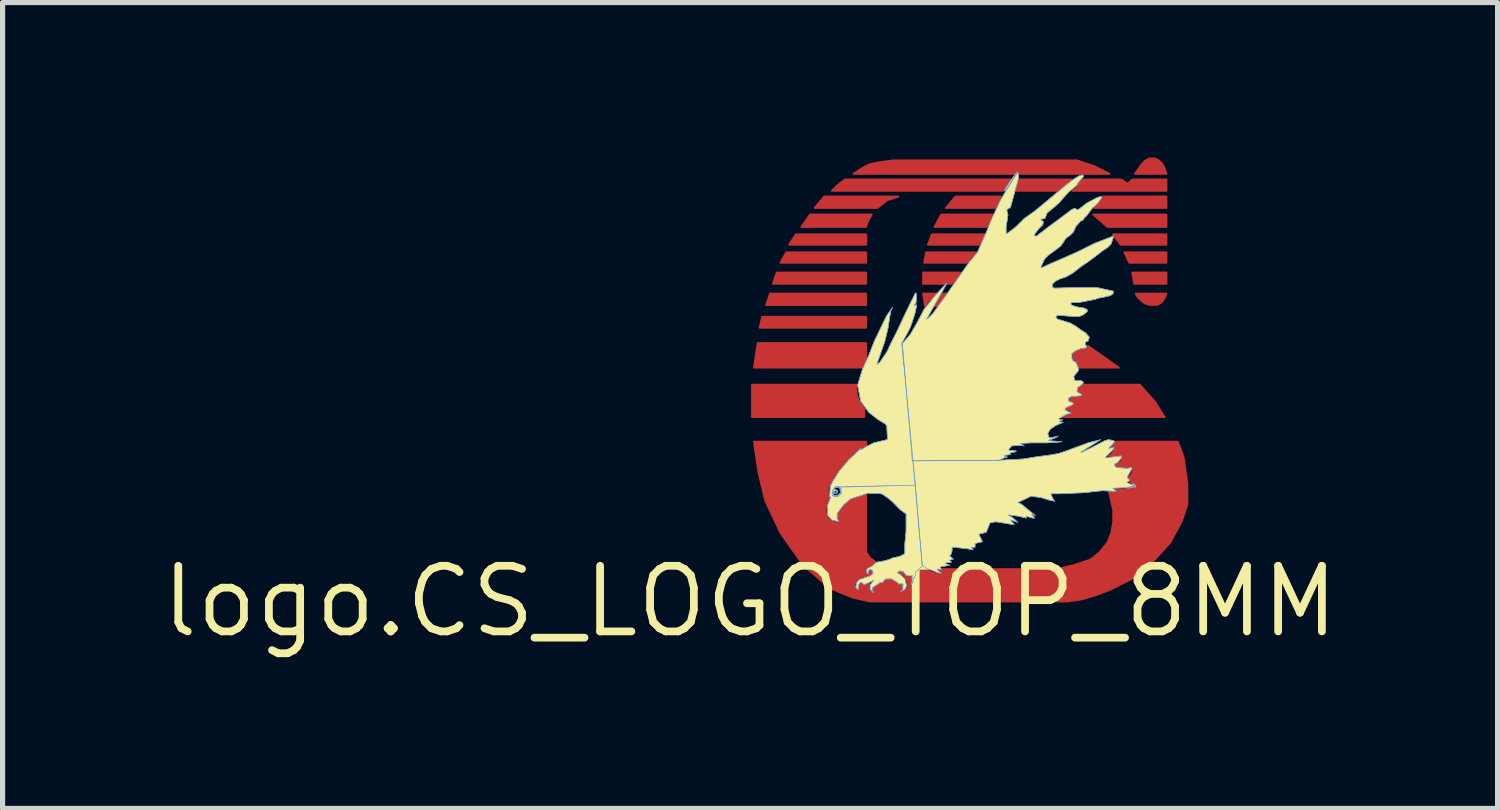
<source format=kicad_pcb>
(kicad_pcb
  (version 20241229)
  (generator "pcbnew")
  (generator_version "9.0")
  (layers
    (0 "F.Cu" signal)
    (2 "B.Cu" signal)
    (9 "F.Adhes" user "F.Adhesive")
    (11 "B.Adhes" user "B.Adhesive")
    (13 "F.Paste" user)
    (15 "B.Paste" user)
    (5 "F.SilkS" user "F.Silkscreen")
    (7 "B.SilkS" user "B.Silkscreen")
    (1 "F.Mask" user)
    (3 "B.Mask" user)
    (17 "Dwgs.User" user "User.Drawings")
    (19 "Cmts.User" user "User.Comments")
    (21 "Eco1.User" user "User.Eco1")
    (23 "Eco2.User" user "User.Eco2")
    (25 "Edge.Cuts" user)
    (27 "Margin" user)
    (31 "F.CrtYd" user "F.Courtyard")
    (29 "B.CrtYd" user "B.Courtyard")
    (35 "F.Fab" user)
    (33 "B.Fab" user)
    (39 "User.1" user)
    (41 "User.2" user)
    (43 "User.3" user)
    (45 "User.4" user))
  (footprint "logo.CS_LOGO_TOP_8MM"
    (layer "F.Cu")
    (at 11.468 8.591)
    (property "Reference" "logo.CS_LOGO_TOP_8MM" (at 0 0 0) (layer "F.SilkS") (effects (font (size 1.27 1.27) (thickness 0.15))))
    (fp_poly (pts (xy 0.234 -5.51) (xy 2.244 -5.51) (xy 2.244 -5.298) (xy 0.184 -5.298)) (stroke (width 0.036) (type default)) (fill yes) (layer "F.Cu"))
    (fp_poly (pts (xy 0.385 -5.958) (xy 2.244 -5.958) (xy 2.244 -5.737) (xy 0.311 -5.737)) (stroke (width 0.036) (type default)) (fill yes) (layer "F.Cu"))
    (fp_poly (pts (xy 0.515 -6.366) (xy 2.244 -6.366) (xy 2.244 -6.148) (xy 0.442 -6.148)) (stroke (width 0.036) (type default)) (fill yes) (layer "F.Cu"))
    (fp_poly (pts (xy 0.699 -6.757) (xy 2.244 -6.757) (xy 2.244 -6.556) (xy 0.589 -6.556)) (stroke (width 0.036) (type default)) (fill yes) (layer "F.Cu"))
    (fp_poly (pts (xy 0.883 -7.105) (xy 2.244 -7.105) (xy 2.244 -6.904) (xy 0.756 -6.904)) (stroke (width 0.036) (type default)) (fill yes) (layer "F.Cu"))
    (fp_poly (pts (xy 3.622 -5.717) (xy 3.565 -5.717) (xy 3.728 -5.958) (xy 3.806 -5.958)) (stroke (width 0.036) (type default)) (fill yes) (layer "F.Cu"))
    (fp_poly (pts (xy 7.172 -6.904) (xy 7.025 -7.105) (xy 8.058 -7.105) (xy 8.058 -6.904)) (stroke (width 0.036) (type default)) (fill yes) (layer "F.Cu"))
    (fp_poly (pts (xy 7.339 -6.556) (xy 7.245 -6.757) (xy 8.058 -6.757) (xy 8.058 -6.556)) (stroke (width 0.036) (type default)) (fill yes) (layer "F.Cu"))
    (fp_poly (pts (xy 7.433 -6.148) (xy 7.396 -6.366) (xy 8.058 -6.366) (xy 8.058 -6.148)) (stroke (width 0.036) (type default)) (fill yes) (layer "F.Cu"))
    (fp_poly (pts (xy 8.058 -7.249) (xy 6.917 -7.249) (xy 6.64 -7.489) (xy 8.058 -7.489)) (stroke (width 0.036) (type default)) (fill yes) (layer "F.Cu"))
    (fp_poly (pts (xy 0.147 -5.001) (xy 2.244 -5.001) (xy 2.244 -4.707) (xy 2.162 -4.526) (xy 0.074 -4.526)) (stroke (width 0.036) (type default)) (fill yes) (layer "F.Cu"))
    (fp_poly (pts (xy 1.161 -7.489) (xy 2.355 -7.489) (xy 2.281 -7.359) (xy 2.244 -7.249) (xy 0.993 -7.249)) (stroke (width 0.036) (type default)) (fill yes) (layer "F.Cu"))
    (fp_poly (pts (xy 1.435 -7.837) (xy 2.87 -7.837) (xy 2.649 -7.764) (xy 2.465 -7.617) (xy 1.251 -7.617)) (stroke (width 0.036) (type default)) (fill yes) (layer "F.Cu"))
    (fp_poly (pts (xy 3.516 -7.105) (xy 4.542 -7.105) (xy 4.513 -7.036) (xy 4.474 -6.942) (xy 4.461 -6.904) (xy 3.442 -6.904)) (stroke (width 0.036) (type default)) (fill yes) (layer "F.Cu"))
    (fp_poly (pts (xy 4.829 -7.791) (xy 4.825 -7.781) (xy 4.82 -7.773) (xy 4.82 -7.772) (xy 4.749 -7.617) (xy 3.79 -7.617) (xy 3.974 -7.837) (xy 4.851 -7.837) (xy 4.829 -7.791)) (stroke (width 0.036) (type default)) (fill yes) (layer "F.Cu"))
    (fp_poly (pts (xy 7.58 -8.463) (xy 7.653 -8.536) (xy 7.727 -8.573) (xy 7.837 -8.573) (xy 7.911 -8.536) (xy 7.984 -8.463) (xy 8.021 -8.389) (xy 8.058 -8.276) (xy 7.449 -8.276)) (stroke (width 0.036) (type default)) (fill yes) (layer "F.Cu"))
    (fp_poly (pts (xy 8.021 -5.867) (xy 8.02 -5.87) (xy 7.984 -5.814) (xy 7.94 -5.77) (xy 7.874 -5.74) (xy 7.727 -5.74) (xy 7.64 -5.77) (xy 7.58 -5.814) (xy 7.506 -5.887) (xy 7.469 -5.941) (xy 7.469 -5.958) (xy 8.058 -5.958)) (stroke (width 0.036) (type default)) (fill yes) (layer "F.Cu"))
    (fp_poly (pts (xy 3.405 -6.757) (xy 4.377 -6.757) (xy 4.278 -6.654) (xy 4.277 -6.654) (xy 4.272 -6.647) (xy 4.266 -6.64) (xy 4.266 -6.639) (xy 4.22 -6.579) (xy 4.219 -6.579) (xy 4.214 -6.571) (xy 4.208 -6.564) (xy 4.208 -6.563) (xy 4.187 -6.556) (xy 3.368 -6.556)) (stroke (width 0.036) (type default)) (fill yes) (layer "F.Cu"))
    (fp_poly (pts (xy 3.55 -5.92) (xy 3.543 -5.913) (xy 3.536 -5.905) (xy 3.536 -5.905) (xy 3.477 -5.845) (xy 3.476 -5.845) (xy 3.47 -5.838) (xy 3.464 -5.831) (xy 3.464 -5.83) (xy 3.422 -5.777) (xy 3.385 -5.717) (xy 3.348 -5.958) (xy 3.606 -5.958) (xy 3.55 -5.92)) (stroke (width 0.036) (type default)) (fill yes) (layer "F.Cu"))
    (fp_poly (pts (xy 3.7 -7.489) (xy 4.701 -7.489) (xy 4.624 -7.345) (xy 4.624 -7.345) (xy 4.62 -7.336) (xy 4.616 -7.327) (xy 4.616 -7.327) (xy 4.589 -7.267) (xy 4.588 -7.267) (xy 4.585 -7.258) (xy 4.582 -7.25) (xy 4.582 -7.249) (xy 4.582 -7.249) (xy 3.569 -7.249)) (stroke (width 0.036) (type default)) (fill yes) (layer "F.Cu"))
    (fp_poly (pts (xy 1.693 -8.058) (xy 1.84 -8.168) (xy 5.039 -8.168) (xy 5.03 -8.157) (xy 5.029 -8.157) (xy 5.024 -8.15) (xy 5.019 -8.143) (xy 5.019 -8.141) (xy 4.92 -7.979) (xy 4.918 -7.978) (xy 4.914 -7.97) (xy 4.91 -7.963) (xy 4.91 -7.961) (xy 4.904 -7.948) (xy 1.582 -7.948)) (stroke (width 0.036) (type default)) (fill yes) (layer "F.Cu"))
    (fp_poly (pts (xy 6.079 -8.061) (xy 6.079 -8.061) (xy 6.071 -8.056) (xy 6.063 -8.05) (xy 6.063 -8.049) (xy 5.965 -7.976) (xy 5.964 -7.976) (xy 5.957 -7.97) (xy 5.95 -7.964) (xy 5.95 -7.963) (xy 5.933 -7.948) (xy 5.154 -7.948) (xy 5.214 -8.168) (xy 6.216 -8.168) (xy 6.156 -8.118)) (stroke (width 0.036) (type default)) (fill yes) (layer "F.Cu"))
    (fp_poly (pts (xy 2.171 -8.389) (xy 2.318 -8.463) (xy 2.502 -8.5) (xy 2.76 -8.536) (xy 6.329 -8.536) (xy 6.66 -8.426) (xy 6.957 -8.276) (xy 5.223 -8.276) (xy 5.201 -8.317) (xy 5.198 -8.322) (xy 5.197 -8.322) (xy 5.196 -8.324) (xy 5.191 -8.325) (xy 5.187 -8.328) (xy 5.184 -8.327) (xy 5.182 -8.329) (xy 5.177 -8.328) (xy 5.173 -8.329) (xy 5.17 -8.327) (xy 5.167 -8.328) (xy 5.164 -8.325) (xy 5.159 -8.324) (xy 5.159 -8.323) (xy 5.158 -8.323) (xy 5.154 -8.318) (xy 5.131 -8.276) (xy 2.001 -8.276)) (stroke (width 0.036) (type default)) (fill yes) (layer "F.Cu"))
    (fp_poly (pts (xy 7.172 -8.168) (xy 7.209 -8.152) (xy 7.285 -8.095) (xy 7.322 -8.095) (xy 7.396 -8.168) (xy 8.058 -8.168) (xy 8.058 -7.948) (xy 6.242 -7.948) (xy 6.251 -7.952) (xy 6.253 -7.951) (xy 6.26 -7.956) (xy 6.267 -7.959) (xy 6.268 -7.961) (xy 6.282 -7.972) (xy 6.285 -7.972) (xy 6.29 -7.978) (xy 6.296 -7.982) (xy 6.297 -7.985) (xy 6.309 -7.998) (xy 6.312 -7.998) (xy 6.316 -8.005) (xy 6.321 -8.011) (xy 6.321 -8.013) (xy 6.329 -8.027) (xy 6.33 -8.027) (xy 6.335 -8.035) (xy 6.34 -8.043) (xy 6.34 -8.044) (xy 6.356 -8.072) (xy 6.381 -8.104) (xy 6.437 -8.168)) (stroke (width 0.036) (type default)) (fill yes) (layer "F.Cu"))
    (fp_poly (pts (xy 3.348 -6.366) (xy 4.069 -6.366) (xy 3.991 -6.254) (xy 3.991 -6.254) (xy 3.985 -6.245) (xy 3.979 -6.238) (xy 3.979 -6.238) (xy 3.909 -6.148) (xy 3.828 -6.148) (xy 3.816 -6.148) (xy 3.825 -6.158) (xy 3.825 -6.162) (xy 3.817 -6.151) (xy 3.825 -6.151) (xy 3.826 -6.152) (xy 3.825 -6.161) (xy 3.825 -6.17) (xy 3.824 -6.171) (xy 3.824 -6.172) (xy 3.817 -6.178) (xy 3.811 -6.184) (xy 3.81 -6.184) (xy 3.809 -6.185) (xy 3.8 -6.184) (xy 3.791 -6.184) (xy 3.79 -6.184) (xy 3.788 -6.183) (xy 3.783 -6.176) (xy 3.776 -6.17) (xy 3.776 -6.169) (xy 3.765 -6.148) (xy 3.348 -6.148)) (stroke (width 0.036) (type default)) (fill yes) (layer "F.Cu"))
    (fp_poly (pts (xy 2.052 -4.115) (xy 2.053 -4.106) (xy 2.053 -4.098) (xy 2.054 -4.097) (xy 2.061 -4.032) (xy 2.06 -4.03) (xy 2.063 -4.022) (xy 2.063 -4.014) (xy 2.065 -4.013) (xy 2.082 -3.95) (xy 2.082 -3.948) (xy 2.085 -3.941) (xy 2.087 -3.933) (xy 2.089 -3.932) (xy 2.116 -3.873) (xy 2.115 -3.871) (xy 2.12 -3.864) (xy 2.123 -3.856) (xy 2.125 -3.855) (xy 2.188 -3.756) (xy 2.188 -3.755) (xy 2.193 -3.748) (xy 2.198 -3.741) (xy 2.199 -3.74) (xy 2.208 -3.73) (xy 2.208 -3.569) (xy 0.037 -3.569) (xy 0.037 -4.195) (xy 2.057 -4.195) (xy 2.057 -4.191) (xy 2.055 -4.183) (xy 2.056 -4.181) (xy 2.054 -4.116)) (stroke (width 0.036) (type default)) (fill yes) (layer "F.Cu"))
    (fp_poly (pts (xy 8.058 -7.617) (xy 6.663 -7.617) (xy 6.694 -7.647) (xy 6.742 -7.686) (xy 6.743 -7.686) (xy 6.75 -7.692) (xy 6.758 -7.698) (xy 6.758 -7.699) (xy 6.764 -7.705) (xy 6.767 -7.705) (xy 6.772 -7.711) (xy 6.778 -7.716) (xy 6.778 -7.718) (xy 6.785 -7.726) (xy 6.787 -7.727) (xy 6.791 -7.734) (xy 6.797 -7.74) (xy 6.796 -7.742) (xy 6.802 -7.752) (xy 6.804 -7.752) (xy 6.807 -7.76) (xy 6.811 -7.767) (xy 6.811 -7.769) (xy 6.814 -7.778) (xy 6.815 -7.778) (xy 6.818 -7.787) (xy 6.821 -7.796) (xy 6.821 -7.796) (xy 6.827 -7.816) (xy 6.829 -7.817) (xy 6.83 -7.825) (xy 6.831 -7.826) (xy 6.833 -7.83) (xy 6.833 -7.832) (xy 6.833 -7.833) (xy 6.832 -7.835) (xy 6.832 -7.835) (xy 6.832 -7.837) (xy 8.058 -7.837)) (stroke (width 0.036) (type default)) (fill yes) (layer "F.Cu"))
    (fp_poly (pts (xy 6.363 -4.564) (xy 6.361 -4.572) (xy 6.36 -4.58) (xy 6.359 -4.581) (xy 6.358 -4.585) (xy 6.358 -4.587) (xy 6.355 -4.595) (xy 6.353 -4.602) (xy 6.351 -4.604) (xy 6.35 -4.607) (xy 6.35 -4.61) (xy 6.346 -4.616) (xy 6.343 -4.624) (xy 6.34 -4.625) (xy 6.338 -4.628) (xy 6.338 -4.631) (xy 6.333 -4.636) (xy 6.328 -4.643) (xy 6.326 -4.643) (xy 6.316 -4.654) (xy 6.315 -4.657) (xy 6.309 -4.661) (xy 6.303 -4.666) (xy 6.301 -4.666) (xy 6.288 -4.674) (xy 6.287 -4.677) (xy 6.28 -4.68) (xy 6.274 -4.684) (xy 6.271 -4.683) (xy 6.251 -4.691) (xy 6.25 -4.692) (xy 6.251 -4.693) (xy 6.255 -4.701) (xy 6.258 -4.702) (xy 6.26 -4.709) (xy 6.263 -4.715) (xy 6.262 -4.719) (xy 6.263 -4.721) (xy 6.266 -4.723) (xy 6.266 -4.73) (xy 6.267 -4.737) (xy 6.266 -4.74) (xy 6.266 -4.742) (xy 6.267 -4.745) (xy 6.266 -4.752) (xy 6.266 -4.759) (xy 6.263 -4.761) (xy 6.262 -4.764) (xy 6.263 -4.767) (xy 6.26 -4.773) (xy 6.258 -4.78) (xy 6.255 -4.782) (xy 6.251 -4.789) (xy 6.269 -4.808) (xy 6.294 -4.826) (xy 6.323 -4.839) (xy 6.418 -4.874) (xy 6.446 -4.883) (xy 6.474 -4.887) (xy 6.496 -4.886) (xy 6.497 -4.885) (xy 6.506 -4.885) (xy 6.506 -4.885) (xy 6.511 -4.883) (xy 6.514 -4.885) (xy 6.515 -4.885) (xy 6.516 -4.886) (xy 6.521 -4.886) (xy 6.522 -4.887) (xy 6.524 -4.887) (xy 6.528 -4.891) (xy 6.533 -4.893) (xy 6.533 -4.894) (xy 6.535 -4.895) (xy 6.537 -4.9) (xy 6.541 -4.904) (xy 6.541 -4.905) (xy 6.542 -4.906) (xy 6.542 -4.912) (xy 6.544 -4.917) (xy 6.544 -4.918) (xy 6.544 -4.918) (xy 6.543 -4.924) (xy 6.543 -4.93) (xy 6.54 -4.933) (xy 6.539 -4.938) (xy 6.54 -4.941) (xy 6.537 -4.947) (xy 7.138 -4.526) (xy 6.382 -4.526) (xy 6.382 -4.528) (xy 6.377 -4.532) (xy 6.374 -4.538) (xy 6.37 -4.539) (xy 6.367 -4.542) (xy 6.363 -4.546) (xy 6.363 -4.546) (xy 6.362 -4.547) (xy 6.362 -4.551) (xy 6.361 -4.562)) (stroke (width 0.036) (type default)) (fill yes) (layer "F.Cu"))
    (fp_poly (pts (xy 7.543 -4.195) (xy 7.837 -3.863) (xy 8.021 -3.569) (xy 6.054 -3.569) (xy 6.055 -3.57) (xy 6.09 -3.587) (xy 6.128 -3.599) (xy 6.221 -3.623) (xy 6.228 -3.623) (xy 6.23 -3.625) (xy 6.233 -3.626) (xy 6.237 -3.632) (xy 6.242 -3.637) (xy 6.242 -3.64) (xy 6.244 -3.643) (xy 6.242 -3.65) (xy 6.242 -3.657) (xy 6.239 -3.66) (xy 6.239 -3.663) (xy 6.233 -3.666) (xy 6.22 -3.679) (xy 6.219 -3.681) (xy 6.213 -3.686) (xy 6.208 -3.691) (xy 6.205 -3.691) (xy 6.194 -3.698) (xy 6.192 -3.7) (xy 6.185 -3.703) (xy 6.179 -3.707) (xy 6.176 -3.707) (xy 6.164 -3.711) (xy 6.162 -3.714) (xy 6.155 -3.715) (xy 6.148 -3.717) (xy 6.145 -3.716) (xy 6.125 -3.719) (xy 6.121 -3.72) (xy 6.137 -3.736) (xy 6.159 -3.751) (xy 6.183 -3.761) (xy 6.201 -3.765) (xy 6.201 -3.765) (xy 6.21 -3.767) (xy 6.22 -3.77) (xy 6.221 -3.77) (xy 6.222 -3.77) (xy 6.225 -3.769) (xy 6.232 -3.772) (xy 6.239 -3.774) (xy 6.24 -3.777) (xy 6.244 -3.779) (xy 6.247 -3.778) (xy 6.253 -3.783) (xy 6.26 -3.786) (xy 6.261 -3.789) (xy 6.264 -3.793) (xy 6.268 -3.793) (xy 6.272 -3.799) (xy 6.276 -3.802) (xy 6.277 -3.803) (xy 6.277 -3.803) (xy 6.277 -3.803) (xy 6.277 -3.803) (xy 6.279 -3.809) (xy 6.282 -3.814) (xy 6.282 -3.814) (xy 6.282 -3.815) (xy 6.282 -3.821) (xy 6.284 -3.827) (xy 6.284 -3.827) (xy 6.284 -3.828) (xy 6.282 -3.834) (xy 6.282 -3.84) (xy 6.282 -3.84) (xy 6.282 -3.841) (xy 6.279 -3.846) (xy 6.277 -3.852) (xy 6.277 -3.852) (xy 6.277 -3.852) (xy 6.277 -3.852) (xy 6.276 -3.852) (xy 6.272 -3.856) (xy 6.268 -3.862) (xy 6.267 -3.862) (xy 6.266 -3.862) (xy 6.26 -3.866) (xy 6.254 -3.87) (xy 6.254 -3.87) (xy 6.254 -3.871) (xy 6.247 -3.872) (xy 6.24 -3.876) (xy 6.237 -3.875) (xy 6.234 -3.875) (xy 6.225 -3.877) (xy 6.225 -3.877) (xy 6.215 -3.879) (xy 6.199 -3.886) (xy 6.184 -3.895) (xy 6.18 -3.899) (xy 6.178 -3.903) (xy 6.176 -3.908) (xy 6.176 -3.913) (xy 6.176 -3.918) (xy 6.179 -3.923) (xy 6.185 -3.932) (xy 6.194 -3.939) (xy 6.204 -3.945) (xy 6.215 -3.947) (xy 6.229 -3.947) (xy 6.256 -3.946) (xy 6.257 -3.945) (xy 6.266 -3.945) (xy 6.274 -3.945) (xy 6.275 -3.946) (xy 6.294 -3.947) (xy 6.294 -3.946) (xy 6.304 -3.947) (xy 6.313 -3.948) (xy 6.314 -3.948) (xy 6.406 -3.959) (xy 6.409 -3.957) (xy 6.414 -3.958) (xy 6.42 -3.958) (xy 6.421 -3.958) (xy 6.422 -3.958) (xy 6.427 -3.961) (xy 6.432 -3.963) (xy 6.433 -3.964) (xy 6.434 -3.964) (xy 6.437 -3.968) (xy 6.442 -3.971) (xy 6.442 -3.973) (xy 6.443 -3.973) (xy 6.444 -3.979) (xy 6.447 -3.983) (xy 6.447 -3.985) (xy 6.448 -3.986) (xy 6.447 -3.991) (xy 6.448 -3.996) (xy 6.448 -3.997) (xy 6.448 -3.997) (xy 6.445 -4.003) (xy 6.445 -4.009) (xy 6.443 -4.01) (xy 6.443 -4.011) (xy 6.439 -4.017) (xy 6.436 -4.023) (xy 6.436 -4.023) (xy 6.43 -4.028) (xy 6.425 -4.034) (xy 6.425 -4.034) (xy 6.419 -4.037) (xy 6.413 -4.041) (xy 6.41 -4.041) (xy 6.408 -4.042) (xy 6.399 -4.046) (xy 6.399 -4.046) (xy 6.384 -4.052) (xy 6.364 -4.064) (xy 6.354 -4.072) (xy 6.346 -4.081) (xy 6.343 -4.088) (xy 6.341 -4.095) (xy 6.342 -4.102) (xy 6.344 -4.109) (xy 6.347 -4.115) (xy 6.353 -4.121) (xy 6.415 -4.162) (xy 6.416 -4.162) (xy 6.424 -4.168) (xy 6.432 -4.173) (xy 6.432 -4.174) (xy 6.434 -4.174) (xy 6.44 -4.179) (xy 6.446 -4.184) (xy 6.447 -4.186) (xy 6.448 -4.187) (xy 6.45 -4.188) (xy 6.455 -4.194) (xy 6.455 -4.195)) (stroke (width 0.036) (type default)) (fill yes) (layer "F.Cu"))
    (fp_poly (pts (xy 8.279 -3.091) (xy 8.389 -2.796) (xy 8.463 -2.281) (xy 8.463 -1.877) (xy 8.352 -1.545) (xy 8.132 -1.141) (xy 7.764 -0.736) (xy 7.396 -0.442) (xy 6.954 -0.221) (xy 6.66 -0.11) (xy 6.402 -0.037) (xy 6.145 0) (xy 2.318 0) (xy 1.987 -0.074) (xy 1.545 -0.258) (xy 1.03 -0.699) (xy 0.589 -1.325) (xy 0.294 -1.95) (xy 0.164 -2.488) (xy 0.074 -3.091) (xy 2.244 -3.091) (xy 2.244 -3.023) (xy 2.237 -3.019) (xy 2.229 -3.014) (xy 2.229 -3.013) (xy 2.176 -2.985) (xy 2.175 -2.986) (xy 2.174 -2.987) (xy 2.171 -2.994) (xy 2.167 -2.995) (xy 2.165 -2.997) (xy 2.158 -2.998) (xy 2.151 -3) (xy 2.148 -2.998) (xy 2.145 -2.999) (xy 2.14 -2.994) (xy 2.133 -2.991) (xy 2.132 -2.987) (xy 2.014 -2.882) (xy 2.013 -2.882) (xy 2.007 -2.875) (xy 1.999 -2.869) (xy 1.999 -2.868) (xy 1.89 -2.757) (xy 1.889 -2.757) (xy 1.883 -2.75) (xy 1.876 -2.743) (xy 1.876 -2.742) (xy 1.707 -2.539) (xy 1.706 -2.539) (xy 1.701 -2.531) (xy 1.695 -2.525) (xy 1.695 -2.523) (xy 1.641 -2.444) (xy 1.64 -2.444) (xy 1.636 -2.436) (xy 1.63 -2.429) (xy 1.631 -2.427) (xy 1.584 -2.345) (xy 1.583 -2.344) (xy 1.579 -2.336) (xy 1.574 -2.328) (xy 1.574 -2.327) (xy 1.534 -2.247) (xy 1.533 -2.246) (xy 1.53 -2.238) (xy 1.526 -2.23) (xy 1.526 -2.229) (xy 1.519 -2.21) (xy 1.517 -2.209) (xy 1.515 -2.201) (xy 1.512 -2.193) (xy 1.513 -2.191) (xy 1.508 -2.171) (xy 1.507 -2.169) (xy 1.506 -2.161) (xy 1.504 -2.153) (xy 1.506 -2.151) (xy 1.504 -2.13) (xy 1.503 -2.129) (xy 1.504 -2.12) (xy 1.503 -2.112) (xy 1.504 -2.111) (xy 1.506 -2.089) (xy 1.505 -2.088) (xy 1.507 -2.08) (xy 1.508 -2.071) (xy 1.51 -2.07) (xy 1.514 -2.051) (xy 1.514 -2.05) (xy 1.517 -2.041) (xy 1.519 -2.032) (xy 1.52 -2.032) (xy 1.528 -2.008) (xy 1.528 -2.006) (xy 1.509 -1.969) (xy 1.507 -1.968) (xy 1.504 -1.96) (xy 1.5 -1.952) (xy 1.501 -1.951) (xy 1.487 -1.914) (xy 1.485 -1.914) (xy 1.483 -1.905) (xy 1.48 -1.897) (xy 1.481 -1.895) (xy 1.471 -1.858) (xy 1.469 -1.857) (xy 1.468 -1.848) (xy 1.466 -1.84) (xy 1.467 -1.838) (xy 1.463 -1.81) (xy 1.461 -1.808) (xy 1.461 -1.8) (xy 1.46 -1.791) (xy 1.461 -1.79) (xy 1.461 -1.761) (xy 1.46 -1.759) (xy 1.461 -1.751) (xy 1.461 -1.742) (xy 1.463 -1.741) (xy 1.467 -1.712) (xy 1.466 -1.71) (xy 1.468 -1.702) (xy 1.469 -1.694) (xy 1.471 -1.693) (xy 1.478 -1.664) (xy 1.478 -1.662) (xy 1.481 -1.655) (xy 1.483 -1.647) (xy 1.485 -1.646) (xy 1.491 -1.634) (xy 1.49 -1.631) (xy 1.495 -1.625) (xy 1.498 -1.618) (xy 1.5 -1.617) (xy 1.508 -1.606) (xy 1.508 -1.604) (xy 1.514 -1.598) (xy 1.518 -1.592) (xy 1.521 -1.591) (xy 1.53 -1.582) (xy 1.531 -1.58) (xy 1.537 -1.575) (xy 1.543 -1.57) (xy 1.545 -1.57) (xy 1.556 -1.563) (xy 1.557 -1.56) (xy 1.565 -1.557) (xy 1.571 -1.553) (xy 1.574 -1.553) (xy 1.59 -1.546) (xy 1.591 -1.544) (xy 1.599 -1.542) (xy 1.606 -1.539) (xy 1.608 -1.54) (xy 1.626 -1.536) (xy 1.627 -1.534) (xy 1.635 -1.533) (xy 1.643 -1.531) (xy 1.645 -1.533) (xy 1.661 -1.531) (xy 1.662 -1.53) (xy 1.671 -1.53) (xy 1.68 -1.53) (xy 1.681 -1.53) (xy 1.72 -1.53) (xy 1.729 -1.53) (xy 1.73 -1.53) (xy 1.731 -1.53) (xy 1.737 -1.537) (xy 1.744 -1.543) (xy 1.744 -1.544) (xy 1.745 -1.545) (xy 1.745 -1.554) (xy 1.746 -1.563) (xy 1.745 -1.564) (xy 1.745 -1.565) (xy 1.738 -1.571) (xy 1.72 -1.592) (xy 1.706 -1.614) (xy 1.7 -1.629) (xy 1.697 -1.643) (xy 1.697 -1.659) (xy 1.7 -1.673) (xy 1.706 -1.687) (xy 1.728 -1.721) (xy 1.836 -1.864) (xy 1.862 -1.896) (xy 1.891 -1.924) (xy 1.923 -1.947) (xy 1.959 -1.965) (xy 2.122 -2.027) (xy 2.244 -2.06) (xy 2.244 -0.957) (xy 2.318 -0.846) (xy 2.418 -0.771) (xy 2.415 -0.769) (xy 2.408 -0.764) (xy 2.408 -0.762) (xy 2.401 -0.756) (xy 2.4 -0.756) (xy 2.394 -0.749) (xy 2.387 -0.743) (xy 2.387 -0.742) (xy 2.376 -0.73) (xy 2.354 -0.708) (xy 2.342 -0.7) (xy 2.33 -0.693) (xy 2.324 -0.691) (xy 2.324 -0.691) (xy 2.314 -0.688) (xy 2.305 -0.685) (xy 2.305 -0.685) (xy 2.305 -0.685) (xy 2.303 -0.686) (xy 2.295 -0.682) (xy 2.287 -0.68) (xy 2.286 -0.678) (xy 2.284 -0.677) (xy 2.282 -0.677) (xy 2.276 -0.672) (xy 2.268 -0.669) (xy 2.268 -0.667) (xy 2.266 -0.665) (xy 2.263 -0.665) (xy 2.258 -0.66) (xy 2.251 -0.655) (xy 2.251 -0.653) (xy 2.249 -0.652) (xy 2.244 -0.646) (xy 2.239 -0.641) (xy 2.239 -0.638) (xy 2.236 -0.637) (xy 2.234 -0.63) (xy 2.229 -0.624) (xy 2.23 -0.621) (xy 2.23 -0.621) (xy 2.227 -0.619) (xy 2.226 -0.612) (xy 2.223 -0.605) (xy 2.224 -0.602) (xy 2.222 -0.599) (xy 2.223 -0.593) (xy 2.222 -0.586) (xy 2.224 -0.583) (xy 2.224 -0.583) (xy 2.222 -0.58) (xy 2.225 -0.573) (xy 2.233 -0.553) (xy 2.25 -0.533) (xy 2.28 -0.504) (xy 2.302 -0.515) (xy 2.318 -0.53) (xy 2.301 -0.553) (xy 2.299 -0.561) (xy 2.301 -0.572) (xy 2.311 -0.583) (xy 2.326 -0.593) (xy 2.339 -0.595) (xy 2.348 -0.592) (xy 2.357 -0.582) (xy 2.361 -0.569) (xy 2.36 -0.555) (xy 2.353 -0.544) (xy 2.346 -0.536) (xy 2.286 -0.506) (xy 2.265 -0.495) (xy 2.245 -0.488) (xy 2.232 -0.486) (xy 2.23 -0.486) (xy 2.212 -0.483) (xy 2.212 -0.483) (xy 2.192 -0.48) (xy 2.19 -0.481) (xy 2.182 -0.478) (xy 2.174 -0.477) (xy 2.172 -0.475) (xy 2.151 -0.468) (xy 2.149 -0.469) (xy 2.142 -0.465) (xy 2.134 -0.462) (xy 2.133 -0.46) (xy 2.113 -0.45) (xy 2.111 -0.45) (xy 2.104 -0.445) (xy 2.097 -0.441) (xy 2.096 -0.439) (xy 2.091 -0.435) (xy 2.089 -0.435) (xy 2.083 -0.43) (xy 2.076 -0.425) (xy 2.076 -0.423) (xy 2.071 -0.418) (xy 2.069 -0.417) (xy 2.064 -0.411) (xy 2.058 -0.405) (xy 2.058 -0.403) (xy 2.054 -0.397) (xy 2.052 -0.397) (xy 2.048 -0.389) (xy 2.044 -0.383) (xy 2.044 -0.381) (xy 2.04 -0.372) (xy 2.038 -0.371) (xy 2.035 -0.364) (xy 2.031 -0.357) (xy 2.032 -0.354) (xy 2.029 -0.346) (xy 2.027 -0.344) (xy 2.026 -0.336) (xy 2.023 -0.328) (xy 2.024 -0.327) (xy 2.023 -0.317) (xy 2.021 -0.316) (xy 2.021 -0.308) (xy 2.02 -0.299) (xy 2.021 -0.298) (xy 2.021 -0.288) (xy 2.019 -0.285) (xy 2.021 -0.278) (xy 2.021 -0.27) (xy 2.022 -0.269) (xy 2.021 -0.267) (xy 2.024 -0.261) (xy 2.025 -0.254) (xy 2.028 -0.253) (xy 2.027 -0.251) (xy 2.032 -0.245) (xy 2.035 -0.239) (xy 2.037 -0.238) (xy 2.038 -0.236) (xy 2.044 -0.232) (xy 2.048 -0.227) (xy 2.05 -0.227) (xy 2.057 -0.223) (xy 2.064 -0.218) (xy 2.066 -0.219) (xy 2.081 -0.211) (xy 2.088 -0.206) (xy 2.09 -0.207) (xy 2.091 -0.206) (xy 2.099 -0.209) (xy 2.108 -0.21) (xy 2.109 -0.212) (xy 2.11 -0.212) (xy 2.114 -0.22) (xy 2.119 -0.227) (xy 2.119 -0.229) (xy 2.12 -0.23) (xy 2.117 -0.238) (xy 2.113 -0.258) (xy 2.113 -0.278) (xy 2.117 -0.297) (xy 2.124 -0.315) (xy 2.134 -0.332) (xy 2.146 -0.346) (xy 2.147 -0.347) (xy 2.147 -0.347) (xy 2.147 -0.347) (xy 2.148 -0.347) (xy 2.149 -0.346) (xy 2.177 -0.318) (xy 2.177 -0.318) (xy 2.181 -0.314) (xy 2.191 -0.304) (xy 2.209 -0.304) (xy 2.214 -0.302) (xy 2.219 -0.304) (xy 2.224 -0.304) (xy 2.228 -0.308) (xy 2.311 -0.346) (xy 2.304 -0.335) (xy 2.302 -0.334) (xy 2.3 -0.327) (xy 2.296 -0.32) (xy 2.296 -0.317) (xy 2.294 -0.311) (xy 2.291 -0.309) (xy 2.29 -0.301) (xy 2.288 -0.295) (xy 2.289 -0.292) (xy 2.288 -0.284) (xy 2.286 -0.281) (xy 2.287 -0.274) (xy 2.286 -0.267) (xy 2.288 -0.265) (xy 2.289 -0.257) (xy 2.288 -0.254) (xy 2.29 -0.247) (xy 2.291 -0.24) (xy 2.294 -0.238) (xy 2.296 -0.23) (xy 2.296 -0.227) (xy 2.3 -0.221) (xy 2.302 -0.214) (xy 2.305 -0.213) (xy 2.31 -0.206) (xy 2.31 -0.203) (xy 2.315 -0.197) (xy 2.319 -0.191) (xy 2.322 -0.191) (xy 2.328 -0.184) (xy 2.329 -0.181) (xy 2.335 -0.177) (xy 2.34 -0.172) (xy 2.343 -0.172) (xy 2.349 -0.168) (xy 2.35 -0.167) (xy 2.358 -0.163) (xy 2.365 -0.158) (xy 2.367 -0.158) (xy 2.379 -0.152) (xy 2.382 -0.148) (xy 2.387 -0.148) (xy 2.392 -0.146) (xy 2.397 -0.147) (xy 2.402 -0.147) (xy 2.406 -0.15) (xy 2.411 -0.152) (xy 2.413 -0.157) (xy 2.417 -0.16) (xy 2.418 -0.165) (xy 2.42 -0.17) (xy 2.418 -0.175) (xy 2.419 -0.18) (xy 2.415 -0.184) (xy 2.414 -0.189) (xy 2.409 -0.192) (xy 2.393 -0.209) (xy 2.38 -0.231) (xy 2.378 -0.235) (xy 2.378 -0.239) (xy 2.379 -0.242) (xy 2.381 -0.245) (xy 2.385 -0.249) (xy 2.411 -0.266) (xy 2.411 -0.266) (xy 2.416 -0.269) (xy 2.428 -0.278) (xy 2.428 -0.278) (xy 2.521 -0.34) (xy 2.554 -0.34) (xy 2.556 -0.339) (xy 2.564 -0.34) (xy 2.572 -0.34) (xy 2.574 -0.341) (xy 2.576 -0.342) (xy 2.581 -0.348) (xy 2.587 -0.354) (xy 2.587 -0.356) (xy 2.617 -0.396) (xy 2.624 -0.403) (xy 2.633 -0.409) (xy 2.642 -0.413) (xy 2.665 -0.419) (xy 2.688 -0.421) (xy 2.712 -0.419) (xy 2.735 -0.413) (xy 2.766 -0.4) (xy 2.795 -0.382) (xy 2.822 -0.359) (xy 2.85 -0.33) (xy 2.85 -0.33) (xy 2.854 -0.326) (xy 2.865 -0.316) (xy 2.947 -0.316) (xy 2.949 -0.314) (xy 2.954 -0.303) (xy 2.956 -0.292) (xy 2.956 -0.28) (xy 2.954 -0.269) (xy 2.949 -0.259) (xy 2.941 -0.248) (xy 2.897 -0.204) (xy 2.892 -0.202) (xy 2.89 -0.198) (xy 2.886 -0.194) (xy 2.886 -0.188) (xy 2.885 -0.183) (xy 2.886 -0.179) (xy 2.886 -0.174) (xy 2.891 -0.17) (xy 2.893 -0.165) (xy 2.897 -0.163) (xy 2.901 -0.16) (xy 2.907 -0.16) (xy 2.912 -0.158) (xy 2.916 -0.16) (xy 2.921 -0.16) (xy 2.925 -0.164) (xy 2.958 -0.179) (xy 2.961 -0.179) (xy 2.967 -0.183) (xy 2.974 -0.186) (xy 2.975 -0.189) (xy 3.003 -0.208) (xy 3.005 -0.208) (xy 3.011 -0.213) (xy 3.017 -0.218) (xy 3.018 -0.221) (xy 3.022 -0.225) (xy 3.025 -0.225) (xy 3.029 -0.232) (xy 3.034 -0.237) (xy 3.034 -0.24) (xy 3.037 -0.245) (xy 3.04 -0.246) (xy 3.042 -0.254) (xy 3.047 -0.26) (xy 3.046 -0.263) (xy 3.048 -0.268) (xy 3.05 -0.27) (xy 3.052 -0.278) (xy 3.054 -0.285) (xy 3.053 -0.287) (xy 3.054 -0.293) (xy 3.056 -0.295) (xy 3.056 -0.303) (xy 3.057 -0.31) (xy 3.055 -0.312) (xy 3.055 -0.332) (xy 3.056 -0.334) (xy 3.055 -0.342) (xy 3.054 -0.35) (xy 3.053 -0.351) (xy 3.049 -0.37) (xy 3.05 -0.372) (xy 3.047 -0.38) (xy 3.046 -0.388) (xy 3.044 -0.389) (xy 3.038 -0.407) (xy 3.038 -0.409) (xy 3.034 -0.416) (xy 3.031 -0.424) (xy 3.029 -0.425) (xy 3.02 -0.441) (xy 3.021 -0.443) (xy 3.015 -0.45) (xy 3.011 -0.457) (xy 3.009 -0.458) (xy 2.999 -0.472) (xy 2.999 -0.474) (xy 2.993 -0.48) (xy 2.987 -0.487) (xy 2.986 -0.487) (xy 2.973 -0.499) (xy 2.973 -0.501) (xy 2.966 -0.506) (xy 2.96 -0.512) (xy 2.958 -0.512) (xy 2.945 -0.523) (xy 2.945 -0.523) (xy 2.937 -0.529) (xy 2.93 -0.534) (xy 2.929 -0.534) (xy 2.893 -0.558) (xy 2.912 -0.572) (xy 2.917 -0.574) (xy 2.922 -0.575) (xy 2.927 -0.575) (xy 2.931 -0.573) (xy 2.935 -0.571) (xy 2.94 -0.565) (xy 2.963 -0.536) (xy 2.963 -0.534) (xy 2.969 -0.528) (xy 2.974 -0.521) (xy 2.975 -0.52) (xy 2.995 -0.499) (xy 2.995 -0.499) (xy 3.001 -0.492) (xy 3.008 -0.485) (xy 3.009 -0.485) (xy 3.021 -0.472) (xy 3.14 -0.472) (xy 3.144 -0.467) (xy 3.15 -0.453) (xy 3.154 -0.438) (xy 3.154 -0.423) (xy 3.15 -0.408) (xy 3.144 -0.394) (xy 3.133 -0.381) (xy 3.101 -0.348) (xy 3.095 -0.346) (xy 3.094 -0.342) (xy 3.091 -0.338) (xy 3.091 -0.332) (xy 3.089 -0.326) (xy 3.091 -0.323) (xy 3.091 -0.318) (xy 3.095 -0.314) (xy 3.098 -0.308) (xy 3.102 -0.307) (xy 3.105 -0.304) (xy 3.111 -0.304) (xy 3.117 -0.302) (xy 3.121 -0.304) (xy 3.125 -0.304) (xy 3.13 -0.308) (xy 3.147 -0.317) (xy 3.15 -0.317) (xy 3.156 -0.322) (xy 3.163 -0.325) (xy 3.164 -0.327) (xy 3.177 -0.337) (xy 3.179 -0.337) (xy 3.184 -0.343) (xy 3.191 -0.348) (xy 3.191 -0.351) (xy 3.202 -0.363) (xy 3.204 -0.363) (xy 3.208 -0.37) (xy 3.213 -0.376) (xy 3.213 -0.379) (xy 3.221 -0.392) (xy 3.224 -0.394) (xy 3.226 -0.401) (xy 3.23 -0.408) (xy 3.23 -0.41) (xy 3.235 -0.425) (xy 3.237 -0.427) (xy 3.239 -0.435) (xy 3.241 -0.442) (xy 3.24 -0.444) (xy 3.243 -0.46) (xy 3.244 -0.462) (xy 3.244 -0.47) (xy 3.245 -0.478) (xy 3.244 -0.48) (xy 3.243 -0.496) (xy 3.244 -0.498) (xy 3.243 -0.506) (xy 3.242 -0.513) (xy 3.24 -0.515) (xy 3.237 -0.53) (xy 3.238 -0.531) (xy 3.235 -0.539) (xy 3.233 -0.548) (xy 3.232 -0.549) (xy 3.229 -0.556) (xy 3.232 -0.559) (xy 3.239 -0.562) (xy 3.24 -0.565) (xy 3.244 -0.568) (xy 3.246 -0.568) (xy 3.252 -0.575) (xy 3.259 -0.58) (xy 3.259 -0.582) (xy 3.303 -0.625) (xy 3.338 -0.661) (xy 3.339 -0.661) (xy 3.391 -0.625) (xy 3.448 -0.592) (xy 3.449 -0.591) (xy 3.456 -0.588) (xy 3.464 -0.583) (xy 3.466 -0.584) (xy 3.531 -0.558) (xy 3.532 -0.556) (xy 3.541 -0.554) (xy 3.548 -0.551) (xy 3.55 -0.552) (xy 3.618 -0.535) (xy 3.618 -0.534) (xy 3.627 -0.533) (xy 3.636 -0.531) (xy 3.637 -0.531) (xy 3.694 -0.522) (xy 3.697 -0.52) (xy 3.704 -0.52) (xy 3.71 -0.519) (xy 3.713 -0.521) (xy 3.717 -0.521) (xy 3.721 -0.527) (xy 3.727 -0.531) (xy 3.727 -0.534) (xy 3.73 -0.537) (xy 3.729 -0.544) (xy 3.73 -0.551) (xy 3.728 -0.554) (xy 3.728 -0.557) (xy 3.722 -0.562) (xy 3.718 -0.567) (xy 3.715 -0.568) (xy 3.682 -0.596) (xy 3.699 -0.593) (xy 3.706 -0.591) (xy 3.709 -0.592) (xy 3.711 -0.591) (xy 3.717 -0.596) (xy 3.724 -0.6) (xy 3.725 -0.602) (xy 3.727 -0.603) (xy 3.728 -0.611) (xy 3.731 -0.619) (xy 3.73 -0.621) (xy 3.73 -0.623) (xy 3.728 -0.625) (xy 5.924 -0.625) (xy 6.255 -0.699) (xy 6.586 -0.809) (xy 6.77 -0.957) (xy 6.917 -1.141) (xy 6.991 -1.325) (xy 7.028 -1.545) (xy 7.028 -1.766) (xy 6.954 -2.097) (xy 6.943 -2.114) (xy 7.073 -2.108) (xy 7.073 -2.108) (xy 7.082 -2.108) (xy 7.092 -2.107) (xy 7.093 -2.108) (xy 7.093 -2.108) (xy 7.1 -2.114) (xy 7.107 -2.121) (xy 7.107 -2.121) (xy 7.108 -2.122) (xy 7.108 -2.131) (xy 7.108 -2.141) (xy 7.108 -2.141) (xy 7.108 -2.142) (xy 7.101 -2.149) (xy 7.094 -2.156) (xy 7.094 -2.156) (xy 7.083 -2.166) (xy 7.159 -2.165) (xy 7.16 -2.164) (xy 7.169 -2.165) (xy 7.177 -2.165) (xy 7.179 -2.166) (xy 7.305 -2.179) (xy 7.306 -2.178) (xy 7.315 -2.18) (xy 7.324 -2.181) (xy 7.325 -2.182) (xy 7.458 -2.204) (xy 7.466 -2.204) (xy 7.468 -2.205) (xy 7.47 -2.206) (xy 7.475 -2.212) (xy 7.48 -2.218) (xy 7.48 -2.22) (xy 7.482 -2.222) (xy 7.48 -2.23) (xy 7.48 -2.238) (xy 7.479 -2.24) (xy 7.478 -2.242) (xy 7.472 -2.247) (xy 7.453 -2.265) (xy 7.453 -2.267) (xy 7.446 -2.272) (xy 7.441 -2.277) (xy 7.438 -2.277) (xy 7.422 -2.289) (xy 7.421 -2.291) (xy 7.414 -2.294) (xy 7.407 -2.299) (xy 7.405 -2.299) (xy 7.386 -2.307) (xy 7.385 -2.309) (xy 7.377 -2.311) (xy 7.37 -2.314) (xy 7.368 -2.314) (xy 7.349 -2.319) (xy 7.355 -2.323) (xy 7.356 -2.323) (xy 7.363 -2.33) (xy 7.371 -2.336) (xy 7.371 -2.336) (xy 7.371 -2.336) (xy 7.372 -2.346) (xy 7.373 -2.356) (xy 7.373 -2.356) (xy 7.373 -2.357) (xy 7.366 -2.364) (xy 7.36 -2.372) (xy 7.36 -2.372) (xy 7.349 -2.384) (xy 7.349 -2.386) (xy 7.343 -2.392) (xy 7.338 -2.398) (xy 7.335 -2.398) (xy 7.33 -2.403) (xy 7.34 -2.411) (xy 7.342 -2.411) (xy 7.347 -2.417) (xy 7.353 -2.423) (xy 7.354 -2.425) (xy 7.369 -2.444) (xy 7.372 -2.444) (xy 7.375 -2.451) (xy 7.381 -2.458) (xy 7.38 -2.46) (xy 7.393 -2.481) (xy 7.395 -2.482) (xy 7.397 -2.49) (xy 7.401 -2.497) (xy 7.401 -2.499) (xy 7.409 -2.522) (xy 7.411 -2.523) (xy 7.412 -2.531) (xy 7.415 -2.539) (xy 7.414 -2.541) (xy 7.419 -2.566) (xy 7.421 -2.569) (xy 7.42 -2.576) (xy 7.421 -2.58) (xy 7.422 -2.582) (xy 7.422 -2.582) (xy 7.422 -2.582) (xy 7.422 -2.583) (xy 7.419 -2.587) (xy 7.419 -2.593) (xy 7.418 -2.593) (xy 7.418 -2.594) (xy 7.414 -2.598) (xy 7.412 -2.604) (xy 7.411 -2.604) (xy 7.411 -2.605) (xy 7.405 -2.607) (xy 7.401 -2.611) (xy 7.4 -2.611) (xy 7.4 -2.612) (xy 7.394 -2.613) (xy 7.392 -2.613) (xy 7.391 -2.614) (xy 7.39 -2.614) (xy 7.389 -2.615) (xy 7.385 -2.614) (xy 7.383 -2.613) (xy 7.376 -2.614) (xy 7.373 -2.612) (xy 7.285 -2.601) (xy 7.227 -2.597) (xy 7.17 -2.601) (xy 7.114 -2.612) (xy 7.093 -2.62) (xy 7.075 -2.632) (xy 7.073 -2.634) (xy 7.072 -2.635) (xy 7.072 -2.637) (xy 7.072 -2.639) (xy 7.073 -2.64) (xy 7.075 -2.642) (xy 7.101 -2.66) (xy 7.122 -2.671) (xy 7.123 -2.671) (xy 7.131 -2.676) (xy 7.14 -2.68) (xy 7.14 -2.681) (xy 7.147 -2.685) (xy 7.15 -2.685) (xy 7.155 -2.69) (xy 7.161 -2.694) (xy 7.162 -2.697) (xy 7.169 -2.704) (xy 7.172 -2.704) (xy 7.176 -2.711) (xy 7.182 -2.716) (xy 7.182 -2.719) (xy 7.187 -2.727) (xy 7.19 -2.729) (xy 7.193 -2.735) (xy 7.197 -2.742) (xy 7.196 -2.745) (xy 7.199 -2.753) (xy 7.201 -2.754) (xy 7.203 -2.762) (xy 7.206 -2.77) (xy 7.205 -2.772) (xy 7.214 -2.807) (xy 7.217 -2.812) (xy 7.216 -2.817) (xy 7.218 -2.821) (xy 7.215 -2.826) (xy 7.213 -2.832) (xy 7.21 -2.834) (xy 7.207 -2.838) (xy 7.202 -2.84) (xy 7.197 -2.843) (xy 7.192 -2.842) (xy 7.188 -2.843) (xy 7.183 -2.84) (xy 7.045 -2.815) (xy 6.949 -2.809) (xy 6.949 -2.809) (xy 6.979 -2.835) (xy 6.982 -2.835) (xy 6.987 -2.841) (xy 6.993 -2.847) (xy 6.993 -2.849) (xy 7.02 -2.88) (xy 7.022 -2.88) (xy 7.026 -2.887) (xy 7.031 -2.893) (xy 7.031 -2.896) (xy 7.051 -2.929) (xy 7.052 -2.93) (xy 7.056 -2.938) (xy 7.061 -2.946) (xy 7.061 -2.947) (xy 7.067 -2.959) (xy 7.071 -2.964) (xy 7.071 -2.968) (xy 7.073 -2.972) (xy 7.071 -2.978) (xy 7.071 -2.984) (xy 7.068 -2.987) (xy 7.067 -2.991) (xy 7.062 -2.994) (xy 7.057 -2.998) (xy 7.053 -2.998) (xy 7.049 -3) (xy 7.043 -2.998) (xy 7.006 -2.998) (xy 7.006 -2.999) (xy 7.071 -3.07) (xy 7.071 -3.07) (xy 7.078 -3.078) (xy 7.084 -3.085) (xy 7.084 -3.086) (xy 7.084 -3.086) (xy 7.084 -3.091)) (stroke (width 0.036) (type default)) (fill yes) (layer "F.Cu"))
    (fp_poly (pts (xy 1.6 -2.144) (xy 1.612 -2.168) (xy 1.636 -2.204) (xy 1.696 -2.228) (xy 1.757 -2.192) (xy 1.769 -2.096) (xy 1.708 -2.036) (xy 1.612 -2.036) (xy 1.588 -2.06) (xy 1.588 -2.12) (xy 1.612 -2.12) (xy 1.612 -2.096) (xy 1.612 -2.06) (xy 1.624 -2.048) (xy 1.684 -2.048) (xy 1.745 -2.096) (xy 1.757 -2.156) (xy 1.72 -2.204) (xy 1.648 -2.204) (xy 1.634 -2.179) (xy 1.651 -2.158) (xy 1.668 -2.157) (xy 1.694 -2.144) (xy 1.677 -2.085) (xy 1.637 -2.087) (xy 1.612 -2.084) (xy 1.625 -2.109) (xy 1.636 -2.096) (xy 1.672 -2.096) (xy 1.672 -2.132) (xy 1.648 -2.144) (xy 1.623 -2.12) (xy 1.624 -2.108)) (stroke (width 0.012) (type default)) (fill yes) (layer "F.SilkS"))
    (fp_poly (pts (xy 3.151 -2.721) (xy 4.835 -2.733) (xy 5.28 -2.757) (xy 5.58 -2.805) (xy 5.773 -2.829) (xy 5.977 -2.865) (xy 6.121 -2.914) (xy 6.542 -3.07) (xy 6.783 -3.13) (xy 6.398 -2.889) (xy 6.422 -2.889) (xy 6.578 -2.962) (xy 6.855 -3.106) (xy 6.927 -3.13) (xy 7.023 -3.118) (xy 7.059 -3.094) (xy 6.939 -2.962) (xy 6.999 -2.974) (xy 7.047 -2.974) (xy 7.035 -2.95) (xy 6.879 -2.793) (xy 6.879 -2.781) (xy 6.903 -2.781) (xy 7.191 -2.817) (xy 7.179 -2.769) (xy 7.119 -2.697) (xy 7.059 -2.661) (xy 7.059 -2.613) (xy 7.107 -2.589) (xy 7.288 -2.577) (xy 7.384 -2.589) (xy 7.396 -2.577) (xy 7.3 -2.409) (xy 7.3 -2.396) (xy 7.348 -2.348) (xy 7.288 -2.3) (xy 7.3 -2.3) (xy 7.456 -2.228) (xy 7.312 -2.204) (xy 7.023 -2.192) (xy 7.083 -2.132) (xy 6.819 -2.144) (xy 6.59 -2.12) (xy 6.518 -2.108) (xy 5.989 -2.084) (xy 5.821 -2.084) (xy 5.833 -2.048) (xy 5.869 -1.976) (xy 5.893 -1.94) (xy 5.785 -1.964) (xy 5.628 -2.012) (xy 5.436 -2.036) (xy 5.183 -1.915) (xy 5.256 -1.879) (xy 5.52 -1.663) (xy 5.448 -1.687) (xy 5.508 -1.615) (xy 5.472 -1.615) (xy 5.424 -1.627) (xy 5.34 -1.651) (xy 5.352 -1.615) (xy 5.292 -1.627) (xy 5.195 -1.651) (xy 4.991 -1.675) (xy 5.075 -1.627) (xy 5.183 -1.531) (xy 5.039 -1.579) (xy 5.087 -1.519) (xy 5.111 -1.483) (xy 4.979 -1.507) (xy 4.751 -1.543) (xy 4.642 -1.519) (xy 4.606 -1.423) (xy 4.57 -1.338) (xy 4.426 -1.302) (xy 4.498 -1.158) (xy 4.354 -1.122) (xy 4.354 -1.05) (xy 4.282 -1.05) (xy 4.318 -1.002) (xy 4.161 -1.026) (xy 3.921 -1.05) (xy 3.909 -1.038) (xy 3.909 -1.002) (xy 3.909 -0.978) (xy 3.885 -0.905) (xy 3.861 -0.881) (xy 3.933 -0.821) (xy 3.861 -0.797) (xy 3.897 -0.761) (xy 3.801 -0.749) (xy 3.777 -0.737) (xy 3.861 -0.701) (xy 3.801 -0.689) (xy 3.704 -0.677) (xy 3.68 -0.665) (xy 3.704 -0.617) (xy 3.62 -0.629) (xy 3.632 -0.605) (xy 3.704 -0.545) (xy 3.632 -0.557) (xy 3.392 -0.653) (xy 3.332 -0.701)) (stroke (width 0.012) (type default)) (fill yes) (layer "F.SilkS"))
    (fp_poly (pts (xy 2.093 -0.232) (xy 2.069 -0.244) (xy 2.045 -0.28) (xy 2.069 -0.376) (xy 2.117 -0.425) (xy 2.225 -0.461) (xy 2.298 -0.485) (xy 2.346 -0.509) (xy 2.382 -0.545) (xy 2.37 -0.605) (xy 2.322 -0.617) (xy 2.286 -0.593) (xy 2.286 -0.533) (xy 2.262 -0.557) (xy 2.25 -0.605) (xy 2.274 -0.641) (xy 2.322 -0.665) (xy 2.37 -0.689) (xy 2.394 -0.713) (xy 2.43 -0.749) (xy 2.454 -0.761) (xy 2.598 -0.785) (xy 2.682 -0.809) (xy 2.767 -0.845) (xy 2.827 -0.857) (xy 2.887 -0.869) (xy 2.983 -0.917) (xy 2.995 -0.93) (xy 2.995 -1.11) (xy 3.019 -1.362) (xy 3.019 -1.699) (xy 2.995 -1.711) (xy 2.911 -1.771) (xy 2.827 -1.855) (xy 2.743 -1.94) (xy 2.67 -2) (xy 2.586 -2.06) (xy 2.538 -2.084) (xy 2.286 -2.096) (xy 1.949 -1.988) (xy 1.817 -1.879) (xy 1.708 -1.735) (xy 1.684 -1.699) (xy 1.684 -1.603) (xy 1.72 -1.555) (xy 1.672 -1.555) (xy 1.576 -1.579) (xy 1.504 -1.663) (xy 1.492 -1.843) (xy 1.552 -2) (xy 1.552 -2.012) (xy 1.54 -2.048) (xy 1.552 -2.228) (xy 1.6 -2.324) (xy 1.72 -2.517) (xy 1.901 -2.733) (xy 2.153 -2.974) (xy 2.141 -2.938) (xy 2.153 -2.938) (xy 2.25 -2.998) (xy 2.394 -3.07) (xy 2.646 -3.13) (xy 2.658 -3.142) (xy 2.646 -3.394) (xy 2.622 -3.431) (xy 2.466 -3.527) (xy 2.298 -3.659) (xy 2.141 -3.875) (xy 2.081 -4.188) (xy 2.177 -4.501) (xy 2.298 -4.765) (xy 2.406 -5.042) (xy 2.574 -5.39) (xy 2.646 -5.535) (xy 2.755 -5.691) (xy 2.731 -5.643) (xy 2.718 -5.607) (xy 2.67 -5.294) (xy 2.61 -5.042) (xy 2.514 -4.765) (xy 2.454 -4.597) (xy 2.466 -4.597) (xy 2.514 -4.633) (xy 2.658 -4.849) (xy 2.718 -4.982) (xy 2.851 -5.246) (xy 3.031 -5.631) (xy 3.199 -5.968) (xy 3.211 -5.968) (xy 3.223 -5.932) (xy 3.211 -5.775) (xy 3.175 -5.739) (xy 3.175 -5.727) (xy 3.199 -5.739) (xy 3.223 -5.739) (xy 3.223 -5.727) (xy 3.187 -5.559) (xy 3.127 -5.378) (xy 3.091 -5.282) (xy 3.007 -5.126) (xy 2.935 -4.994) (xy 3.199 -2.252) (xy 1.648 -2.216) (xy 1.6 -2.144) (xy 1.6 -2.084) (xy 1.612 -2.048) (xy 1.636 -2.036) (xy 1.684 -2.036) (xy 1.745 -2.084) (xy 1.745 -2.192) (xy 1.72 -2.216) (xy 1.901 -2.216) (xy 3.199 -2.252) (xy 3.332 -0.689) (xy 3.235 -0.593) (xy 3.199 -0.569) (xy 3.211 -0.533) (xy 3.115 -0.328) (xy 3.151 -0.364) (xy 3.151 -0.497) (xy 3.031 -0.497) (xy 3.019 -0.509) (xy 2.959 -0.581) (xy 2.899 -0.593) (xy 2.851 -0.557) (xy 2.923 -0.509) (xy 2.995 -0.437) (xy 3.031 -0.304) (xy 2.995 -0.232) (xy 2.911 -0.184) (xy 2.959 -0.232) (xy 2.959 -0.34) (xy 2.875 -0.34) (xy 2.839 -0.376) (xy 2.743 -0.437) (xy 2.634 -0.437) (xy 2.598 -0.412) (xy 2.562 -0.364) (xy 2.514 -0.364) (xy 2.406 -0.292) (xy 2.37 -0.268) (xy 2.358 -0.22) (xy 2.394 -0.172) (xy 2.37 -0.184) (xy 2.322 -0.232) (xy 2.322 -0.316) (xy 2.394 -0.412) (xy 2.346 -0.388) (xy 2.213 -0.328) (xy 2.201 -0.328) (xy 2.165 -0.364) (xy 2.129 -0.364) (xy 2.093 -0.304)) (stroke (width 0.012) (type default)) (fill yes) (layer "F.SilkS"))
    (fp_poly (pts (xy 2.947 -4.994) (xy 2.971 -5.018) (xy 3.103 -5.174) (xy 3.235 -5.402) (xy 3.368 -5.655) (xy 3.56 -5.895) (xy 3.801 -6.16) (xy 3.801 -6.148) (xy 3.777 -6.1) (xy 3.584 -5.763) (xy 3.416 -5.463) (xy 3.452 -5.487) (xy 3.536 -5.571) (xy 3.692 -5.787) (xy 3.789 -5.92) (xy 4.005 -6.232) (xy 4.234 -6.557) (xy 4.354 -6.701) (xy 4.402 -6.761) (xy 4.582 -7.17) (xy 4.642 -7.326) (xy 4.847 -7.771) (xy 5.171 -8.3) (xy 5.183 -8.3) (xy 5.195 -8.276) (xy 5.195 -8.192) (xy 5.123 -7.927) (xy 5.039 -7.627) (xy 5.027 -7.615) (xy 5.015 -7.615) (xy 4.967 -7.579) (xy 4.979 -7.531) (xy 4.991 -7.483) (xy 4.979 -7.398) (xy 4.955 -7.254) (xy 4.955 -7.122) (xy 4.967 -7.122) (xy 4.991 -7.134) (xy 5.135 -7.242) (xy 5.304 -7.41) (xy 5.424 -7.495) (xy 5.508 -7.555) (xy 5.712 -7.723) (xy 5.869 -7.855) (xy 6.085 -8.036) (xy 6.254 -8.168) (xy 6.374 -8.24) (xy 6.422 -8.252) (xy 6.446 -8.252) (xy 6.458 -8.24) (xy 6.446 -8.216) (xy 6.362 -8.12) (xy 6.314 -8.048) (xy 6.217 -7.964) (xy 6.169 -7.927) (xy 6.061 -7.807) (xy 5.977 -7.711) (xy 5.881 -7.627) (xy 5.749 -7.519) (xy 5.712 -7.423) (xy 5.7 -7.41) (xy 5.628 -7.398) (xy 5.628 -7.386) (xy 5.676 -7.35) (xy 5.664 -7.29) (xy 5.592 -7.218) (xy 5.508 -7.11) (xy 5.508 -7.074) (xy 5.556 -7.074) (xy 5.592 -7.11) (xy 5.797 -7.266) (xy 5.977 -7.398) (xy 6.217 -7.579) (xy 6.266 -7.603) (xy 6.302 -7.603) (xy 6.314 -7.591) (xy 6.338 -7.579) (xy 6.362 -7.591) (xy 6.41 -7.627) (xy 6.518 -7.711) (xy 6.698 -7.807) (xy 6.795 -7.843) (xy 6.807 -7.831) (xy 6.795 -7.795) (xy 6.734 -7.711) (xy 6.626 -7.615) (xy 6.518 -7.471) (xy 6.458 -7.41) (xy 6.446 -7.386) (xy 6.434 -7.374) (xy 6.398 -7.362) (xy 6.302 -7.254) (xy 6.278 -7.194) (xy 6.254 -7.146) (xy 6.193 -7.086) (xy 6.157 -7.062) (xy 6.109 -7.026) (xy 6.073 -6.966) (xy 6.013 -6.881) (xy 5.905 -6.797) (xy 5.773 -6.701) (xy 5.7 -6.629) (xy 5.628 -6.473) (xy 5.64 -6.461) (xy 5.676 -6.473) (xy 5.773 -6.521) (xy 6.025 -6.629) (xy 6.35 -6.773) (xy 6.662 -6.929) (xy 7.035 -7.074) (xy 7.023 -7.026) (xy 6.987 -6.918) (xy 6.927 -6.857) (xy 6.819 -6.785) (xy 6.759 -6.737) (xy 6.65 -6.653) (xy 6.518 -6.557) (xy 6.41 -6.485) (xy 6.302 -6.4) (xy 6.241 -6.352) (xy 6.109 -6.28) (xy 6.001 -6.244) (xy 5.905 -6.196) (xy 5.845 -6.136) (xy 5.857 -6.076) (xy 5.893 -6.064) (xy 6.314 -6.076) (xy 6.71 -6.076) (xy 7.035 -6.004) (xy 7.035 -5.992) (xy 7.023 -5.956) (xy 6.975 -5.92) (xy 6.867 -5.895) (xy 6.747 -5.871) (xy 6.674 -5.847) (xy 6.554 -5.823) (xy 6.434 -5.799) (xy 6.362 -5.787) (xy 6.229 -5.787) (xy 6.205 -5.763) (xy 6.217 -5.739) (xy 6.314 -5.703) (xy 6.458 -5.679) (xy 6.518 -5.655) (xy 6.53 -5.619) (xy 6.494 -5.583) (xy 6.446 -5.547) (xy 6.362 -5.511) (xy 6.169 -5.523) (xy 6.013 -5.535) (xy 5.941 -5.535) (xy 5.917 -5.499) (xy 5.953 -5.463) (xy 6.193 -5.39) (xy 6.302 -5.33) (xy 6.398 -5.258) (xy 6.494 -5.198) (xy 6.566 -5.114) (xy 6.542 -5.042) (xy 6.506 -5.03) (xy 6.482 -5.006) (xy 6.494 -4.97) (xy 6.518 -4.921) (xy 6.506 -4.909) (xy 6.41 -4.897) (xy 6.314 -4.861) (xy 6.229 -4.801) (xy 6.229 -4.777) (xy 6.229 -4.705) (xy 6.241 -4.669) (xy 6.314 -4.621) (xy 6.338 -4.549) (xy 6.35 -4.525) (xy 6.362 -4.477) (xy 6.314 -4.417) (xy 6.266 -4.356) (xy 6.278 -4.284) (xy 6.314 -4.272) (xy 6.41 -4.272) (xy 6.446 -4.248) (xy 6.446 -4.224) (xy 6.41 -4.188) (xy 6.338 -4.14) (xy 6.326 -4.068) (xy 6.35 -4.044) (xy 6.398 -4.02) (xy 6.422 -3.996) (xy 6.41 -3.984) (xy 6.302 -3.972) (xy 6.229 -3.972) (xy 6.157 -3.936) (xy 6.169 -3.875) (xy 6.229 -3.851) (xy 6.254 -3.839) (xy 6.254 -3.815) (xy 6.205 -3.791) (xy 6.121 -3.755) (xy 6.097 -3.731) (xy 6.097 -3.707) (xy 6.121 -3.695) (xy 6.217 -3.647) (xy 6.121 -3.623) (xy 5.977 -3.539) (xy 5.989 -3.515) (xy 6.049 -3.515) (xy 5.977 -3.479) (xy 6.061 -3.467) (xy 5.917 -3.406) (xy 5.809 -3.334) (xy 5.761 -3.25) (xy 5.785 -3.178) (xy 5.821 -3.166) (xy 5.965 -3.202) (xy 5.905 -3.166) (xy 5.773 -3.118) (xy 5.833 -3.106) (xy 6.037 -3.094) (xy 5.953 -3.082) (xy 5.761 -3.07) (xy 5.436 -3.07) (xy 5.231 -3.058) (xy 5.304 -3.01) (xy 5.219 -3.022) (xy 5.063 -3.01) (xy 5.003 -2.938) (xy 5.015 -2.926) (xy 5.147 -2.914) (xy 5.147 -2.901) (xy 5.039 -2.877) (xy 5.027 -2.865) (xy 5.039 -2.853) (xy 5.039 -2.841) (xy 5.027 -2.841) (xy 4.931 -2.829) (xy 4.919 -2.817) (xy 4.931 -2.805) (xy 4.979 -2.793) (xy 4.919 -2.781) (xy 4.823 -2.733) (xy 3.139 -2.721)) (stroke (width 0.012) (type default)) (fill yes) (layer "F.SilkS"))
    (fp_poly (pts (xy 1.6 -2.144) (xy 1.612 -2.168) (xy 1.636 -2.204) (xy 1.696 -2.228) (xy 1.757 -2.192) (xy 1.769 -2.096) (xy 1.708 -2.036) (xy 1.612 -2.036) (xy 1.588 -2.06) (xy 1.588 -2.12) (xy 1.612 -2.12) (xy 1.612 -2.096) (xy 1.612 -2.06) (xy 1.624 -2.048) (xy 1.684 -2.048) (xy 1.745 -2.096) (xy 1.757 -2.156) (xy 1.72 -2.204) (xy 1.648 -2.204) (xy 1.634 -2.179) (xy 1.651 -2.158) (xy 1.668 -2.157) (xy 1.694 -2.144) (xy 1.677 -2.085) (xy 1.637 -2.087) (xy 1.612 -2.084) (xy 1.625 -2.109) (xy 1.636 -2.096) (xy 1.672 -2.096) (xy 1.672 -2.132) (xy 1.648 -2.144) (xy 1.623 -2.12) (xy 1.624 -2.108)) (stroke (width 0.012) (type default)) (fill no) (layer "Cmts.User"))
    (fp_poly (pts (xy 3.151 -2.721) (xy 4.835 -2.733) (xy 5.28 -2.757) (xy 5.58 -2.805) (xy 5.773 -2.829) (xy 5.977 -2.865) (xy 6.121 -2.914) (xy 6.542 -3.07) (xy 6.783 -3.13) (xy 6.398 -2.889) (xy 6.422 -2.889) (xy 6.578 -2.962) (xy 6.855 -3.106) (xy 6.927 -3.13) (xy 7.023 -3.118) (xy 7.059 -3.094) (xy 6.939 -2.962) (xy 6.999 -2.974) (xy 7.047 -2.974) (xy 7.035 -2.95) (xy 6.879 -2.793) (xy 6.879 -2.781) (xy 6.903 -2.781) (xy 7.191 -2.817) (xy 7.179 -2.769) (xy 7.119 -2.697) (xy 7.059 -2.661) (xy 7.059 -2.613) (xy 7.107 -2.589) (xy 7.288 -2.577) (xy 7.384 -2.589) (xy 7.396 -2.577) (xy 7.3 -2.409) (xy 7.3 -2.396) (xy 7.348 -2.348) (xy 7.288 -2.3) (xy 7.3 -2.3) (xy 7.456 -2.228) (xy 7.312 -2.204) (xy 7.023 -2.192) (xy 7.083 -2.132) (xy 6.819 -2.144) (xy 6.59 -2.12) (xy 6.518 -2.108) (xy 5.989 -2.084) (xy 5.821 -2.084) (xy 5.833 -2.048) (xy 5.869 -1.976) (xy 5.893 -1.94) (xy 5.785 -1.964) (xy 5.628 -2.012) (xy 5.436 -2.036) (xy 5.183 -1.915) (xy 5.256 -1.879) (xy 5.52 -1.663) (xy 5.448 -1.687) (xy 5.508 -1.615) (xy 5.472 -1.615) (xy 5.424 -1.627) (xy 5.34 -1.651) (xy 5.352 -1.615) (xy 5.292 -1.627) (xy 5.195 -1.651) (xy 4.991 -1.675) (xy 5.075 -1.627) (xy 5.183 -1.531) (xy 5.039 -1.579) (xy 5.087 -1.519) (xy 5.111 -1.483) (xy 4.979 -1.507) (xy 4.751 -1.543) (xy 4.642 -1.519) (xy 4.606 -1.423) (xy 4.57 -1.338) (xy 4.426 -1.302) (xy 4.498 -1.158) (xy 4.354 -1.122) (xy 4.354 -1.05) (xy 4.282 -1.05) (xy 4.318 -1.002) (xy 4.161 -1.026) (xy 3.921 -1.05) (xy 3.909 -1.038) (xy 3.909 -1.002) (xy 3.909 -0.978) (xy 3.885 -0.905) (xy 3.861 -0.881) (xy 3.933 -0.821) (xy 3.861 -0.797) (xy 3.897 -0.761) (xy 3.801 -0.749) (xy 3.777 -0.737) (xy 3.861 -0.701) (xy 3.801 -0.689) (xy 3.704 -0.677) (xy 3.68 -0.665) (xy 3.704 -0.617) (xy 3.62 -0.629) (xy 3.632 -0.605) (xy 3.704 -0.545) (xy 3.632 -0.557) (xy 3.392 -0.653) (xy 3.332 -0.701)) (stroke (width 0.012) (type default)) (fill no) (layer "Cmts.User"))
    (fp_poly (pts (xy 2.093 -0.232) (xy 2.069 -0.244) (xy 2.045 -0.28) (xy 2.069 -0.376) (xy 2.117 -0.425) (xy 2.225 -0.461) (xy 2.298 -0.485) (xy 2.346 -0.509) (xy 2.382 -0.545) (xy 2.37 -0.605) (xy 2.322 -0.617) (xy 2.286 -0.593) (xy 2.286 -0.533) (xy 2.262 -0.557) (xy 2.25 -0.605) (xy 2.274 -0.641) (xy 2.322 -0.665) (xy 2.37 -0.689) (xy 2.394 -0.713) (xy 2.43 -0.749) (xy 2.454 -0.761) (xy 2.598 -0.785) (xy 2.682 -0.809) (xy 2.767 -0.845) (xy 2.827 -0.857) (xy 2.887 -0.869) (xy 2.983 -0.917) (xy 2.995 -0.93) (xy 2.995 -1.11) (xy 3.019 -1.362) (xy 3.019 -1.699) (xy 2.995 -1.711) (xy 2.911 -1.771) (xy 2.827 -1.855) (xy 2.743 -1.94) (xy 2.67 -2) (xy 2.586 -2.06) (xy 2.538 -2.084) (xy 2.286 -2.096) (xy 1.949 -1.988) (xy 1.817 -1.879) (xy 1.708 -1.735) (xy 1.684 -1.699) (xy 1.684 -1.603) (xy 1.72 -1.555) (xy 1.672 -1.555) (xy 1.576 -1.579) (xy 1.504 -1.663) (xy 1.492 -1.843) (xy 1.552 -2) (xy 1.552 -2.012) (xy 1.54 -2.048) (xy 1.552 -2.228) (xy 1.6 -2.324) (xy 1.72 -2.517) (xy 1.901 -2.733) (xy 2.153 -2.974) (xy 2.141 -2.938) (xy 2.153 -2.938) (xy 2.25 -2.998) (xy 2.394 -3.07) (xy 2.646 -3.13) (xy 2.658 -3.142) (xy 2.646 -3.394) (xy 2.622 -3.431) (xy 2.466 -3.527) (xy 2.298 -3.659) (xy 2.141 -3.875) (xy 2.081 -4.188) (xy 2.177 -4.501) (xy 2.298 -4.765) (xy 2.406 -5.042) (xy 2.574 -5.39) (xy 2.646 -5.535) (xy 2.755 -5.691) (xy 2.731 -5.643) (xy 2.718 -5.607) (xy 2.67 -5.294) (xy 2.61 -5.042) (xy 2.514 -4.765) (xy 2.454 -4.597) (xy 2.466 -4.597) (xy 2.514 -4.633) (xy 2.658 -4.849) (xy 2.718 -4.982) (xy 2.851 -5.246) (xy 3.031 -5.631) (xy 3.199 -5.968) (xy 3.211 -5.968) (xy 3.223 -5.932) (xy 3.211 -5.775) (xy 3.175 -5.739) (xy 3.175 -5.727) (xy 3.199 -5.739) (xy 3.223 -5.739) (xy 3.223 -5.727) (xy 3.187 -5.559) (xy 3.127 -5.378) (xy 3.091 -5.282) (xy 3.007 -5.126) (xy 2.935 -4.994) (xy 3.199 -2.252) (xy 1.648 -2.216) (xy 1.6 -2.144) (xy 1.6 -2.084) (xy 1.612 -2.048) (xy 1.636 -2.036) (xy 1.684 -2.036) (xy 1.745 -2.084) (xy 1.745 -2.192) (xy 1.72 -2.216) (xy 1.901 -2.216) (xy 3.199 -2.252) (xy 3.332 -0.689) (xy 3.235 -0.593) (xy 3.199 -0.569) (xy 3.211 -0.533) (xy 3.115 -0.328) (xy 3.151 -0.364) (xy 3.151 -0.497) (xy 3.031 -0.497) (xy 3.019 -0.509) (xy 2.959 -0.581) (xy 2.899 -0.593) (xy 2.851 -0.557) (xy 2.923 -0.509) (xy 2.995 -0.437) (xy 3.031 -0.304) (xy 2.995 -0.232) (xy 2.911 -0.184) (xy 2.959 -0.232) (xy 2.959 -0.34) (xy 2.875 -0.34) (xy 2.839 -0.376) (xy 2.743 -0.437) (xy 2.634 -0.437) (xy 2.598 -0.412) (xy 2.562 -0.364) (xy 2.514 -0.364) (xy 2.406 -0.292) (xy 2.37 -0.268) (xy 2.358 -0.22) (xy 2.394 -0.172) (xy 2.37 -0.184) (xy 2.322 -0.232) (xy 2.322 -0.316) (xy 2.394 -0.412) (xy 2.346 -0.388) (xy 2.213 -0.328) (xy 2.201 -0.328) (xy 2.165 -0.364) (xy 2.129 -0.364) (xy 2.093 -0.304)) (stroke (width 0.012) (type default)) (fill no) (layer "Cmts.User"))
    (fp_poly (pts (xy 2.947 -4.994) (xy 2.971 -5.018) (xy 3.103 -5.174) (xy 3.235 -5.402) (xy 3.368 -5.655) (xy 3.56 -5.895) (xy 3.801 -6.16) (xy 3.801 -6.148) (xy 3.777 -6.1) (xy 3.584 -5.763) (xy 3.416 -5.463) (xy 3.452 -5.487) (xy 3.536 -5.571) (xy 3.692 -5.787) (xy 3.789 -5.92) (xy 4.005 -6.232) (xy 4.234 -6.557) (xy 4.354 -6.701) (xy 4.402 -6.761) (xy 4.582 -7.17) (xy 4.642 -7.326) (xy 4.847 -7.771) (xy 5.171 -8.3) (xy 5.183 -8.3) (xy 5.195 -8.276) (xy 5.195 -8.192) (xy 5.123 -7.927) (xy 5.039 -7.627) (xy 5.027 -7.615) (xy 5.015 -7.615) (xy 4.967 -7.579) (xy 4.979 -7.531) (xy 4.991 -7.483) (xy 4.979 -7.398) (xy 4.955 -7.254) (xy 4.955 -7.122) (xy 4.967 -7.122) (xy 4.991 -7.134) (xy 5.135 -7.242) (xy 5.304 -7.41) (xy 5.424 -7.495) (xy 5.508 -7.555) (xy 5.712 -7.723) (xy 5.869 -7.855) (xy 6.085 -8.036) (xy 6.254 -8.168) (xy 6.374 -8.24) (xy 6.422 -8.252) (xy 6.446 -8.252) (xy 6.458 -8.24) (xy 6.446 -8.216) (xy 6.362 -8.12) (xy 6.314 -8.048) (xy 6.217 -7.964) (xy 6.169 -7.927) (xy 6.061 -7.807) (xy 5.977 -7.711) (xy 5.881 -7.627) (xy 5.749 -7.519) (xy 5.712 -7.423) (xy 5.7 -7.41) (xy 5.628 -7.398) (xy 5.628 -7.386) (xy 5.676 -7.35) (xy 5.664 -7.29) (xy 5.592 -7.218) (xy 5.508 -7.11) (xy 5.508 -7.074) (xy 5.556 -7.074) (xy 5.592 -7.11) (xy 5.797 -7.266) (xy 5.977 -7.398) (xy 6.217 -7.579) (xy 6.266 -7.603) (xy 6.302 -7.603) (xy 6.314 -7.591) (xy 6.338 -7.579) (xy 6.362 -7.591) (xy 6.41 -7.627) (xy 6.518 -7.711) (xy 6.698 -7.807) (xy 6.795 -7.843) (xy 6.807 -7.831) (xy 6.795 -7.795) (xy 6.734 -7.711) (xy 6.626 -7.615) (xy 6.518 -7.471) (xy 6.458 -7.41) (xy 6.446 -7.386) (xy 6.434 -7.374) (xy 6.398 -7.362) (xy 6.302 -7.254) (xy 6.278 -7.194) (xy 6.254 -7.146) (xy 6.193 -7.086) (xy 6.157 -7.062) (xy 6.109 -7.026) (xy 6.073 -6.966) (xy 6.013 -6.881) (xy 5.905 -6.797) (xy 5.773 -6.701) (xy 5.7 -6.629) (xy 5.628 -6.473) (xy 5.64 -6.461) (xy 5.676 -6.473) (xy 5.773 -6.521) (xy 6.025 -6.629) (xy 6.35 -6.773) (xy 6.662 -6.929) (xy 7.035 -7.074) (xy 7.023 -7.026) (xy 6.987 -6.918) (xy 6.927 -6.857) (xy 6.819 -6.785) (xy 6.759 -6.737) (xy 6.65 -6.653) (xy 6.518 -6.557) (xy 6.41 -6.485) (xy 6.302 -6.4) (xy 6.241 -6.352) (xy 6.109 -6.28) (xy 6.001 -6.244) (xy 5.905 -6.196) (xy 5.845 -6.136) (xy 5.857 -6.076) (xy 5.893 -6.064) (xy 6.314 -6.076) (xy 6.71 -6.076) (xy 7.035 -6.004) (xy 7.035 -5.992) (xy 7.023 -5.956) (xy 6.975 -5.92) (xy 6.867 -5.895) (xy 6.747 -5.871) (xy 6.674 -5.847) (xy 6.554 -5.823) (xy 6.434 -5.799) (xy 6.362 -5.787) (xy 6.229 -5.787) (xy 6.205 -5.763) (xy 6.217 -5.739) (xy 6.314 -5.703) (xy 6.458 -5.679) (xy 6.518 -5.655) (xy 6.53 -5.619) (xy 6.494 -5.583) (xy 6.446 -5.547) (xy 6.362 -5.511) (xy 6.169 -5.523) (xy 6.013 -5.535) (xy 5.941 -5.535) (xy 5.917 -5.499) (xy 5.953 -5.463) (xy 6.193 -5.39) (xy 6.302 -5.33) (xy 6.398 -5.258) (xy 6.494 -5.198) (xy 6.566 -5.114) (xy 6.542 -5.042) (xy 6.506 -5.03) (xy 6.482 -5.006) (xy 6.494 -4.97) (xy 6.518 -4.921) (xy 6.506 -4.909) (xy 6.41 -4.897) (xy 6.314 -4.861) (xy 6.229 -4.801) (xy 6.229 -4.777) (xy 6.229 -4.705) (xy 6.241 -4.669) (xy 6.314 -4.621) (xy 6.338 -4.549) (xy 6.35 -4.525) (xy 6.362 -4.477) (xy 6.314 -4.417) (xy 6.266 -4.356) (xy 6.278 -4.284) (xy 6.314 -4.272) (xy 6.41 -4.272) (xy 6.446 -4.248) (xy 6.446 -4.224) (xy 6.41 -4.188) (xy 6.338 -4.14) (xy 6.326 -4.068) (xy 6.35 -4.044) (xy 6.398 -4.02) (xy 6.422 -3.996) (xy 6.41 -3.984) (xy 6.302 -3.972) (xy 6.229 -3.972) (xy 6.157 -3.936) (xy 6.169 -3.875) (xy 6.229 -3.851) (xy 6.254 -3.839) (xy 6.254 -3.815) (xy 6.205 -3.791) (xy 6.121 -3.755) (xy 6.097 -3.731) (xy 6.097 -3.707) (xy 6.121 -3.695) (xy 6.217 -3.647) (xy 6.121 -3.623) (xy 5.977 -3.539) (xy 5.989 -3.515) (xy 6.049 -3.515) (xy 5.977 -3.479) (xy 6.061 -3.467) (xy 5.917 -3.406) (xy 5.809 -3.334) (xy 5.761 -3.25) (xy 5.785 -3.178) (xy 5.821 -3.166) (xy 5.965 -3.202) (xy 5.905 -3.166) (xy 5.773 -3.118) (xy 5.833 -3.106) (xy 6.037 -3.094) (xy 5.953 -3.082) (xy 5.761 -3.07) (xy 5.436 -3.07) (xy 5.231 -3.058) (xy 5.304 -3.01) (xy 5.219 -3.022) (xy 5.063 -3.01) (xy 5.003 -2.938) (xy 5.015 -2.926) (xy 5.147 -2.914) (xy 5.147 -2.901) (xy 5.039 -2.877) (xy 5.027 -2.865) (xy 5.039 -2.853) (xy 5.039 -2.841) (xy 5.027 -2.841) (xy 4.931 -2.829) (xy 4.919 -2.817) (xy 4.931 -2.805) (xy 4.979 -2.793) (xy 4.919 -2.781) (xy 4.823 -2.733) (xy 3.139 -2.721)) (stroke (width 0.012) (type default)) (fill no) (layer "Cmts.User"))
    (fp_line (start 4.936 -7.959) (end 5.045 -8.136) (stroke (width 0.036) (type default)) (layer "F.Fab"))
    (fp_line (start 5.045 -8.136) (end 5.171 -8.3) (stroke (width 0.036) (type default)) (layer "F.Fab"))
    (fp_line (start 7.402 -2.273) (end 7.431 -2.253) (stroke (width 0.036) (type default)) (layer "F.Fab"))
    (fp_line (start 7.431 -2.253) (end 7.456 -2.228) (stroke (width 0.036) (type default)) (layer "F.Fab"))
    (fp_line (start 7.456 -2.228) (end 7.312 -2.204) (stroke (width 0.036) (type default)) (layer "F.Fab")))
  (gr_rect
    (start -3 -3)
    (end 25.935 12.597)
    (stroke (width 0.1) (type default))
    (fill no)
    (layer "Edge.Cuts")))
</source>
